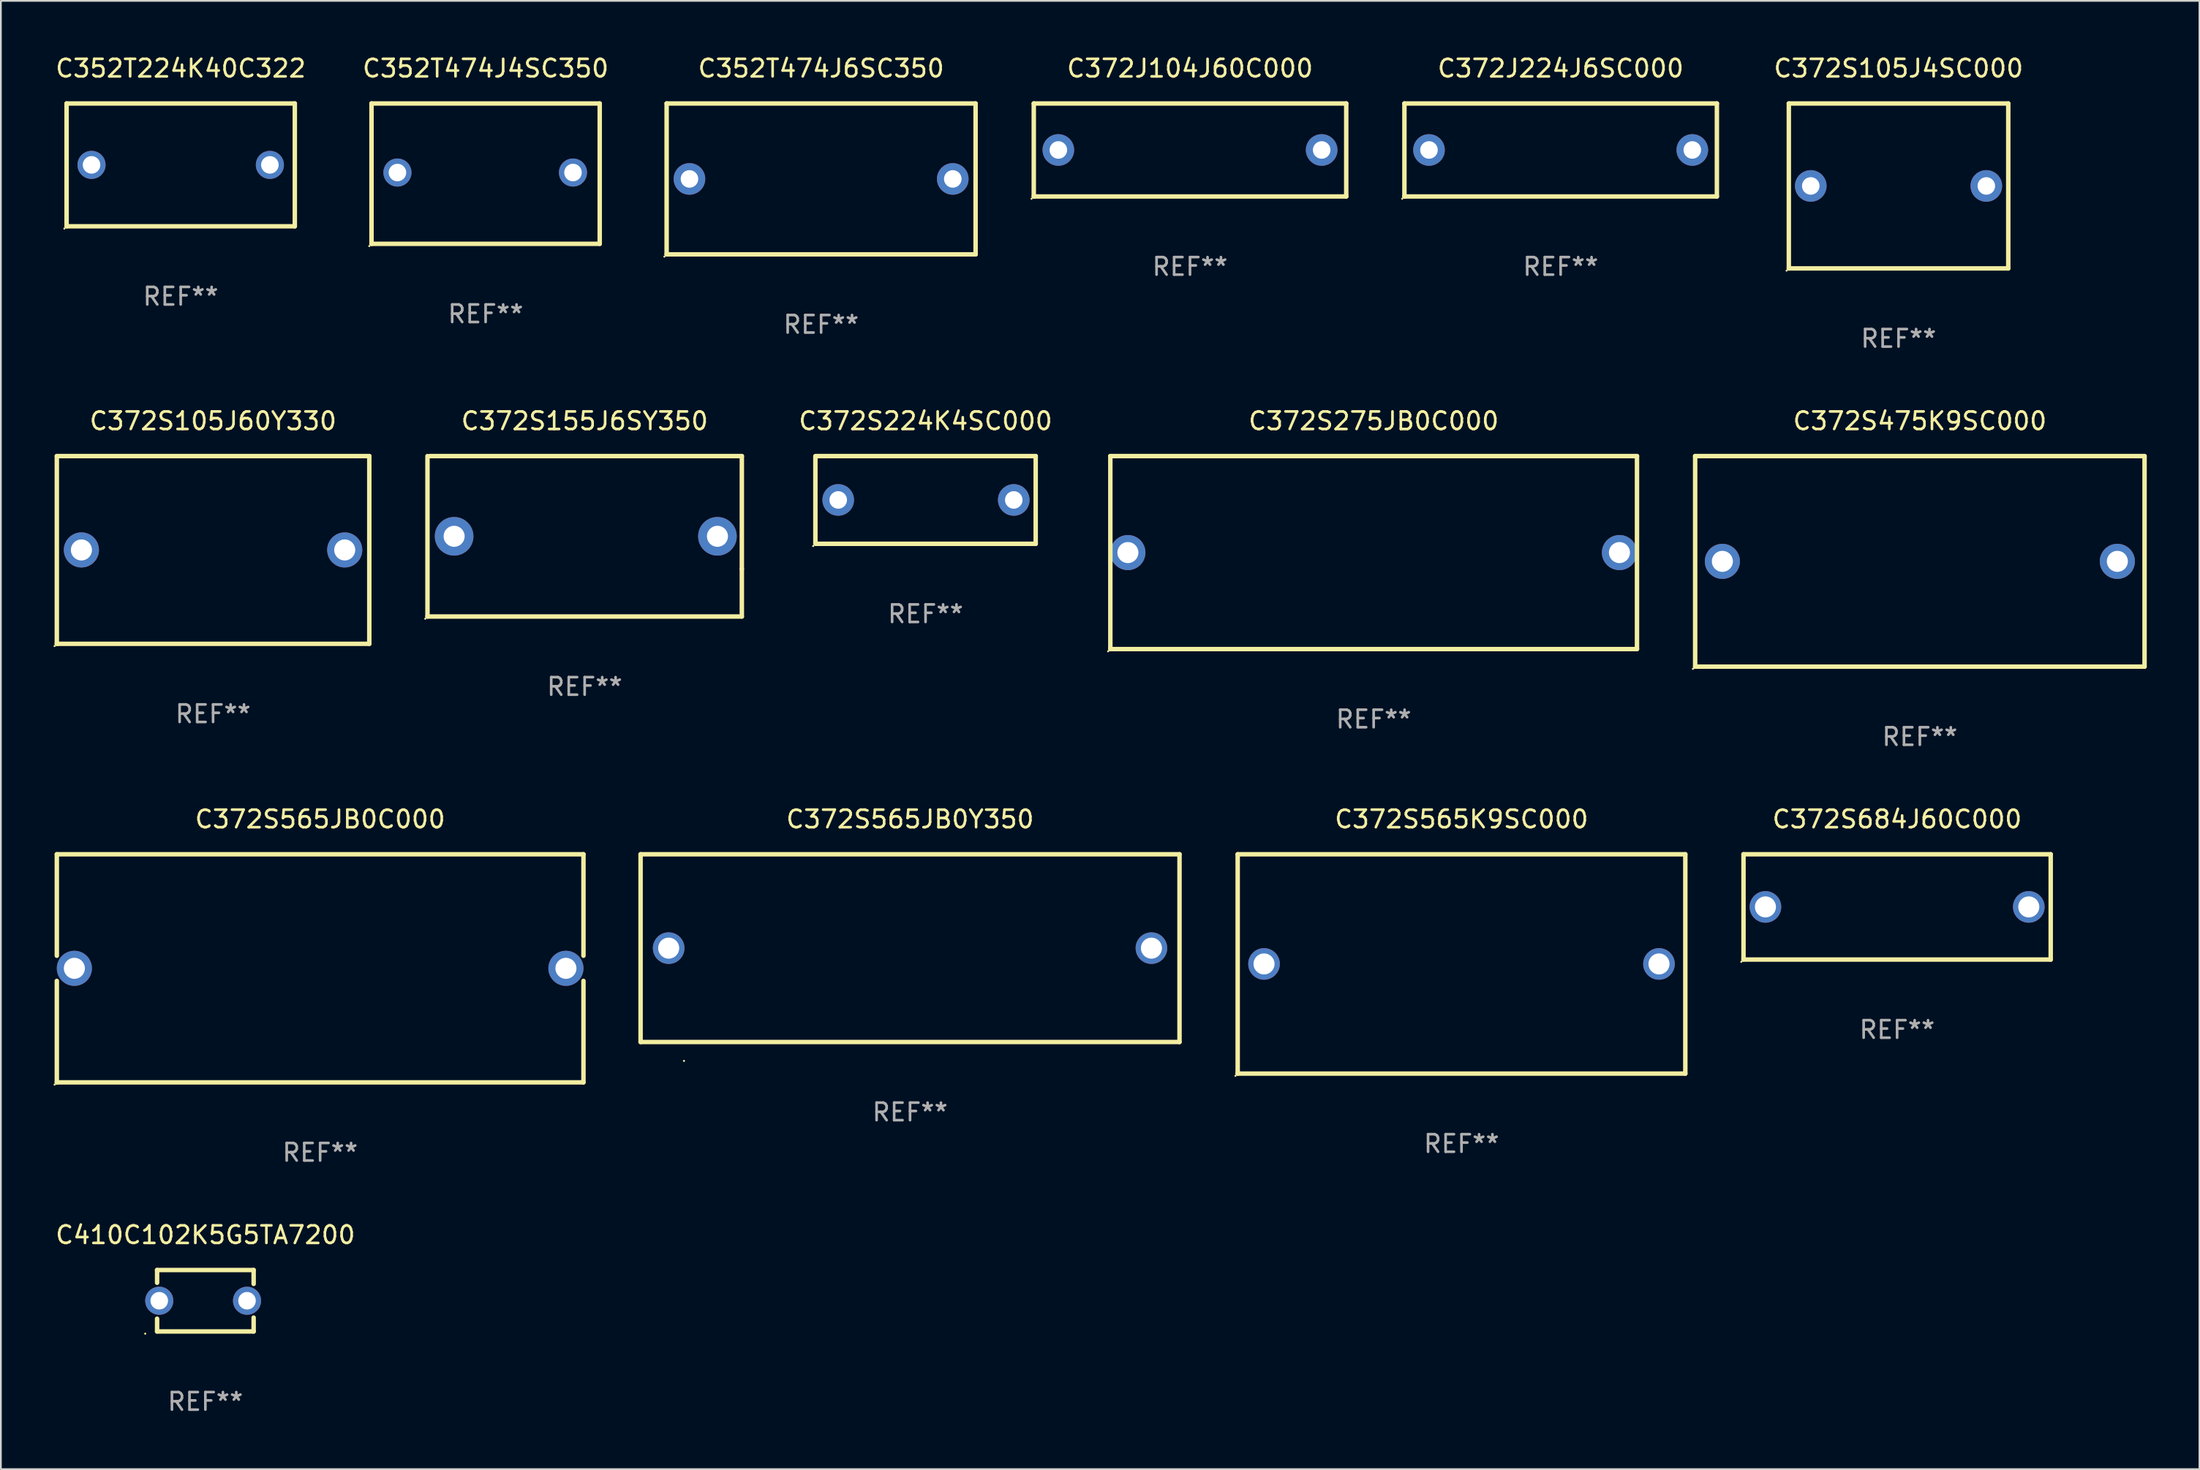
<source format=kicad_pcb>
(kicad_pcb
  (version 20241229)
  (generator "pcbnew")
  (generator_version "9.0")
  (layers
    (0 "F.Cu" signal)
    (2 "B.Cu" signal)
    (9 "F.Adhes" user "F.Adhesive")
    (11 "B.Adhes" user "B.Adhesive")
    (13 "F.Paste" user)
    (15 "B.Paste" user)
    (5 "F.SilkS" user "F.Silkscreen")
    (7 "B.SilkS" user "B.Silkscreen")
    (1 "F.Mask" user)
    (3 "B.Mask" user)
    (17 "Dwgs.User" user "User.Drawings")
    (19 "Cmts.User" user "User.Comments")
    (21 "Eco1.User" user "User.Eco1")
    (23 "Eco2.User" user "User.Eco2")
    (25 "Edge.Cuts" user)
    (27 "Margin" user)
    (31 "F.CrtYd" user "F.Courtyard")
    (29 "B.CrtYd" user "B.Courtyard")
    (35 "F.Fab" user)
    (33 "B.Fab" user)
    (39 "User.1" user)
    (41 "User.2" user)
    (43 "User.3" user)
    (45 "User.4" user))
  (footprint "C372S105J4SC000"
    (layer "F.Cu")
    (at 105.101 7.548)
    (property "Reference" "C372S105J4SC000" (at 0 -6.7 0) (layer "F.SilkS") (effects (font (size 1 1) (thickness 0.15))))
    (attr through_hole)
    (fp_line (start -6.25 -4.7) (end -6.25 4.7) (stroke (width 0.254) (type solid)) (layer "F.SilkS"))
    (fp_line (start -6.25 -4.7) (end 6.25 -4.7) (stroke (width 0.254) (type solid)) (layer "F.SilkS"))
    (fp_line (start -6.25 4.7) (end 6.25 4.7) (stroke (width 0.254) (type solid)) (layer "F.SilkS"))
    (fp_line (start 6.25 -4.7) (end 6.25 4.7) (stroke (width 0.254) (type solid)) (layer "F.SilkS"))
    (fp_circle (center -6.377 4.827) (end -6.347 4.827) (stroke (width 0.06) (type solid)) (fill no) (layer "F.SilkS"))
    (fp_text user "REF**" (at 0 8.7 0) (layer "F.Fab") (effects (font (size 1 1) (thickness 0.15))))
    (pad "1" thru_hole circle (at -5 0) (size 1.8 1.8) (drill 1) (layers "*.Cu" "*.Mask"))
    (pad "2" thru_hole circle (at 5 0) (size 1.8 1.8) (drill 1) (layers "*.Cu" "*.Mask")))
  (footprint "C372J224J6SC000"
    (layer "F.Cu")
    (at 85.853 5.498)
    (property "Reference" "C372J224J6SC000" (at 0 -4.65 0) (layer "F.SilkS") (effects (font (size 1 1) (thickness 0.15))))
    (attr through_hole)
    (fp_line (start -8.9 -2.65) (end -8.9 2.65) (stroke (width 0.254) (type solid)) (layer "F.SilkS"))
    (fp_line (start -8.9 -2.65) (end 8.9 -2.65) (stroke (width 0.254) (type solid)) (layer "F.SilkS"))
    (fp_line (start -8.9 2.65) (end 8.9 2.65) (stroke (width 0.254) (type solid)) (layer "F.SilkS"))
    (fp_line (start 8.9 -2.65) (end 8.9 2.65) (stroke (width 0.254) (type solid)) (layer "F.SilkS"))
    (fp_circle (center -9.027 2.777) (end -8.997 2.777) (stroke (width 0.06) (type solid)) (fill no) (layer "F.SilkS"))
    (fp_text user "REF**" (at 0 6.65 0) (layer "F.Fab") (effects (font (size 1 1) (thickness 0.15))))
    (pad "1" thru_hole circle (at -7.5 0) (size 1.8 1.8) (drill 1) (layers "*.Cu" "*.Mask"))
    (pad "2" thru_hole circle (at 7.5 0) (size 1.8 1.8) (drill 1) (layers "*.Cu" "*.Mask")))
  (footprint "C352T474J4SC350"
    (layer "F.Cu")
    (at 24.613 6.848)
    (property "Reference" "C352T474J4SC350" (at 0 -6 0) (layer "F.SilkS") (effects (font (size 1 1) (thickness 0.15))))
    (attr through_hole)
    (fp_line (start -6.5 -4) (end 6.5 -4) (stroke (width 0.254) (type solid)) (layer "F.SilkS"))
    (fp_line (start -6.5 4) (end -6.5 -4) (stroke (width 0.254) (type solid)) (layer "F.SilkS"))
    (fp_line (start -6.5 4) (end 6.5 4) (stroke (width 0.254) (type solid)) (layer "F.SilkS"))
    (fp_line (start 6.5 -4) (end 6.5 4) (stroke (width 0.254) (type solid)) (layer "F.SilkS"))
    (fp_circle (center -6.627 4.127) (end -6.597 4.127) (stroke (width 0.06) (type solid)) (fill no) (layer "F.SilkS"))
    (fp_text user "REF**" (at 0 8 0) (layer "F.Fab") (effects (font (size 1 1) (thickness 0.15))))
    (pad "1" thru_hole circle (at -5.023 -0.064) (size 1.6 1.6) (drill 1) (layers "*.Cu" "*.Mask"))
    (pad "2" thru_hole circle (at 4.977 -0.064) (size 1.6 1.6) (drill 1) (layers "*.Cu" "*.Mask")))
  (footprint "C372S224K4SC000"
    (layer "F.Cu")
    (at 49.674 25.445)
    (property "Reference" "C372S224K4SC000" (at 0 -4.5 0) (layer "F.SilkS") (effects (font (size 1 1) (thickness 0.15))))
    (attr through_hole)
    (fp_line (start -6.275 -2.5) (end -6.275 2.5) (stroke (width 0.254) (type solid)) (layer "F.SilkS"))
    (fp_line (start -6.225 -2.5) (end 6.275 -2.5) (stroke (width 0.254) (type solid)) (layer "F.SilkS"))
    (fp_line (start -6.225 2.5) (end 6.275 2.5) (stroke (width 0.254) (type solid)) (layer "F.SilkS"))
    (fp_line (start 6.275 -2.5) (end 6.275 2.5) (stroke (width 0.254) (type solid)) (layer "F.SilkS"))
    (fp_circle (center -6.402 2.627) (end -6.372 2.627) (stroke (width 0.06) (type solid)) (fill no) (layer "F.SilkS"))
    (fp_text user "REF**" (at 0 6.5 0) (layer "F.Fab") (effects (font (size 1 1) (thickness 0.15))))
    (pad "1" thru_hole circle (at -4.975 0) (size 1.8 1.8) (drill 1) (layers "*.Cu" "*.Mask"))
    (pad "2" thru_hole circle (at 5.025 0) (size 1.8 1.8) (drill 1) (layers "*.Cu" "*.Mask")))
  (footprint "C352T474J6SC350"
    (layer "F.Cu")
    (at 43.725 7.148)
    (property "Reference" "C352T474J6SC350" (at 0 -6.3 0) (layer "F.SilkS") (effects (font (size 1 1) (thickness 0.15))))
    (attr through_hole)
    (fp_line (start -8.8 -4.3) (end -8.8 4.3) (stroke (width 0.254) (type solid)) (layer "F.SilkS"))
    (fp_line (start -8.8 -4.3) (end 8.8 -4.3) (stroke (width 0.254) (type solid)) (layer "F.SilkS"))
    (fp_line (start -8.8 4.3) (end 8.8 4.3) (stroke (width 0.254) (type solid)) (layer "F.SilkS"))
    (fp_line (start 8.8 -4.3) (end 8.8 4.3) (stroke (width 0.254) (type solid)) (layer "F.SilkS"))
    (fp_circle (center -8.927 4.427) (end -8.897 4.427) (stroke (width 0.06) (type solid)) (fill no) (layer "F.SilkS"))
    (fp_text user "REF**" (at 0 8.3 0) (layer "F.Fab") (effects (font (size 1 1) (thickness 0.15))))
    (pad "1" thru_hole circle (at -7.5 0) (size 1.8 1.8) (drill 1) (layers "*.Cu" "*.Mask"))
    (pad "2" thru_hole circle (at 7.5 0) (size 1.8 1.8) (drill 1) (layers "*.Cu" "*.Mask")))
  (footprint "C372S565JB0Y350"
    (layer "F.Cu")
    (at 48.791 50.991)
    (property "Reference" "C372S565JB0Y350" (at 0 -7.35 0) (layer "F.SilkS") (effects (font (size 1 1) (thickness 0.15))))
    (attr through_hole)
    (fp_line (start -15.35 -5.35) (end 15.35 -5.35) (stroke (width 0.254) (type solid)) (layer "F.SilkS"))
    (fp_line (start -15.35 5.35) (end -15.35 -5.35) (stroke (width 0.254) (type solid)) (layer "F.SilkS"))
    (fp_line (start -15.35 5.35) (end 15.35 5.35) (stroke (width 0.254) (type solid)) (layer "F.SilkS"))
    (fp_line (start 15.35 5.35) (end 15.35 -5.35) (stroke (width 0.254) (type solid)) (layer "F.SilkS"))
    (fp_circle (center -12.877 6.427) (end -12.847 6.427) (stroke (width 0.06) (type solid)) (fill no) (layer "F.SilkS"))
    (fp_text user "REF**" (at 0 9.35 0) (layer "F.Fab") (effects (font (size 1 1) (thickness 0.15))))
    (pad "1" thru_hole circle (at -13.75 0.000013) (size 1.8 1.8) (drill 1.2) (layers "*.Cu" "*.Mask"))
    (pad "2" thru_hole circle (at 13.75 0.000013) (size 1.8 1.8) (drill 1.2) (layers "*.Cu" "*.Mask")))
  (footprint "C372S275JB0C000"
    (layer "F.Cu")
    (at 75.201 28.445)
    (property "Reference" "C372S275JB0C000" (at 0 -7.5 0) (layer "F.SilkS") (effects (font (size 1 1) (thickness 0.15))))
    (attr through_hole)
    (fp_line (start -15 -5.5) (end 15 -5.5) (stroke (width 0.254) (type solid)) (layer "F.SilkS"))
    (fp_line (start -15 5.5) (end -15 -5.5) (stroke (width 0.254) (type solid)) (layer "F.SilkS"))
    (fp_line (start 15 -5.5) (end 15 5.5) (stroke (width 0.254) (type solid)) (layer "F.SilkS"))
    (fp_line (start 15 5.5) (end -15 5.5) (stroke (width 0.254) (type solid)) (layer "F.SilkS"))
    (fp_circle (center -15.127 5.627) (end -15.097 5.627) (stroke (width 0.06) (type solid)) (fill no) (layer "F.SilkS"))
    (fp_text user "REF**" (at 0 9.5 0) (layer "F.Fab") (effects (font (size 1 1) (thickness 0.15))))
    (pad "1" thru_hole circle (at -14.001 0) (size 2 2) (drill 1.2) (layers "*.Cu" "*.Mask"))
    (pad "2" thru_hole circle (at 14.001 0) (size 2 2) (drill 1.2) (layers "*.Cu" "*.Mask")))
  (footprint "C372S565JB0C000"
    (layer "F.Cu")
    (at 15.187 52.141)
    (property "Reference" "C372S565JB0C000" (at 0 -8.5 0) (layer "F.SilkS") (effects (font (size 1 1) (thickness 0.15))))
    (attr through_hole)
    (fp_line (start -15 -6.5) (end -15 -0.717) (stroke (width 0.254) (type solid)) (layer "F.SilkS"))
    (fp_line (start -15 -6.5) (end 15 -6.5) (stroke (width 0.254) (type solid)) (layer "F.SilkS"))
    (fp_line (start -15 0.717) (end -15 6.5) (stroke (width 0.254) (type solid)) (layer "F.SilkS"))
    (fp_line (start 15 -6.5) (end 15 -0.717) (stroke (width 0.254) (type solid)) (layer "F.SilkS"))
    (fp_line (start 15 0.717) (end 15 6.5) (stroke (width 0.254) (type solid)) (layer "F.SilkS"))
    (fp_line (start 15 6.5) (end -15 6.5) (stroke (width 0.254) (type solid)) (layer "F.SilkS"))
    (fp_circle (center -15.127 6.627) (end -15.097 6.627) (stroke (width 0.06) (type solid)) (fill no) (layer "F.SilkS"))
    (fp_text user "REF**" (at 0 10.5 0) (layer "F.Fab") (effects (font (size 1 1) (thickness 0.15))))
    (pad "1" thru_hole circle (at -14.001 0) (size 2 2) (drill 1.2) (layers "*.Cu" "*.Mask"))
    (pad "2" thru_hole circle (at 14.001 0) (size 2 2) (drill 1.2) (layers "*.Cu" "*.Mask")))
  (footprint "C372S105J60Y330"
    (layer "F.Cu")
    (at 9.087 28.295)
    (property "Reference" "C372S105J60Y330" (at 0 -7.35 0) (layer "F.SilkS") (effects (font (size 1 1) (thickness 0.15))))
    (attr through_hole)
    (fp_line (start -8.9 -5.35) (end -8.9 5.35) (stroke (width 0.254) (type solid)) (layer "F.SilkS"))
    (fp_line (start -8.9 -5.35) (end 8.9 -5.35) (stroke (width 0.254) (type solid)) (layer "F.SilkS"))
    (fp_line (start 8.9 -5.35) (end 8.9 5.35) (stroke (width 0.254) (type solid)) (layer "F.SilkS"))
    (fp_line (start 8.9 5.35) (end -8.9 5.35) (stroke (width 0.254) (type solid)) (layer "F.SilkS"))
    (fp_circle (center -9.027 5.477) (end -8.997 5.477) (stroke (width 0.06) (type solid)) (fill no) (layer "F.SilkS"))
    (fp_text user "REF**" (at 0 9.35 0) (layer "F.Fab") (effects (font (size 1 1) (thickness 0.15))))
    (pad "1" thru_hole circle (at -7.5 0) (size 2 2) (drill 1.2) (layers "*.Cu" "*.Mask"))
    (pad "2" thru_hole circle (at 7.5 0) (size 2 2) (drill 1.2) (layers "*.Cu" "*.Mask")))
  (footprint "C410C102K5G5TA7200"
    (layer "F.Cu")
    (at 8.649 71.088)
    (property "Reference" "C410C102K5G5TA7200" (at 0 -3.75 0) (layer "F.SilkS") (effects (font (size 1 1) (thickness 0.15))))
    (attr through_hole)
    (fp_line (start -2.75 -1.75) (end -2.75 -1.024) (stroke (width 0.254) (type solid)) (layer "F.SilkS"))
    (fp_line (start -2.75 -1.75) (end 2.75 -1.75) (stroke (width 0.254) (type solid)) (layer "F.SilkS"))
    (fp_line (start -2.75 1.024) (end -2.75 1.75) (stroke (width 0.254) (type solid)) (layer "F.SilkS"))
    (fp_line (start 2.75 -1.75) (end 2.75 -0.96) (stroke (width 0.254) (type solid)) (layer "F.SilkS"))
    (fp_line (start 2.75 0.96) (end 2.75 1.75) (stroke (width 0.254) (type solid)) (layer "F.SilkS"))
    (fp_line (start 2.75 1.75) (end -2.75 1.75) (stroke (width 0.254) (type solid)) (layer "F.SilkS"))
    (fp_circle (center -3.427 1.877) (end -3.397 1.877) (stroke (width 0.06) (type solid)) (fill no) (layer "F.SilkS"))
    (fp_text user "REF**" (at 0 5.75 0) (layer "F.Fab") (effects (font (size 1 1) (thickness 0.15))))
    (pad "1" thru_hole circle (at -2.627 0) (size 1.6 1.6) (drill 1) (layers "*.Cu" "*.Mask"))
    (pad "2" thru_hole circle (at 2.373 0) (size 1.6 1.6) (drill 1) (layers "*.Cu" "*.Mask")))
  (footprint "C372S155J6SY350"
    (layer "F.Cu")
    (at 30.255 27.517)
    (property "Reference" "C372S155J6SY350" (at 0 -6.572 0) (layer "F.SilkS") (effects (font (size 1 1) (thickness 0.15))))
    (attr through_hole)
    (fp_line (start -8.954 4.572) (end -8.954 -4.572) (stroke (width 0.254) (type solid)) (layer "F.SilkS"))
    (fp_line (start -8.827 -4.572) (end 8.954 -4.572) (stroke (width 0.254) (type solid)) (layer "F.SilkS"))
    (fp_line (start 8.954 -4.572) (end 8.954 1.859) (stroke (width 0.254) (type solid)) (layer "F.SilkS"))
    (fp_line (start 8.954 1.859) (end 8.954 4.572) (stroke (width 0.254) (type solid)) (layer "F.SilkS"))
    (fp_line (start 8.954 4.572) (end -8.954 4.572) (stroke (width 0.254) (type solid)) (layer "F.SilkS"))
    (fp_circle (center -9.081 4.699) (end -9.051 4.699) (stroke (width 0.06) (type solid)) (fill no) (layer "F.SilkS"))
    (fp_text user "REF**" (at 0 8.572 0) (layer "F.Fab") (effects (font (size 1 1) (thickness 0.15))))
    (pad "1" thru_hole circle (at -7.436 0) (size 2.2 2.2) (drill 1.2) (layers "*.Cu" "*.Mask"))
    (pad "2" thru_hole circle (at 7.564 0) (size 2.2 2.2) (drill 1.2) (layers "*.Cu" "*.Mask")))
  (footprint "C352T224K40C322"
    (layer "F.Cu")
    (at 7.244 6.348)
    (property "Reference" "C352T224K40C322" (at 0 -5.5 0) (layer "F.SilkS") (effects (font (size 1 1) (thickness 0.15))))
    (attr through_hole)
    (fp_line (start -6.5 -3.5) (end 6.5 -3.5) (stroke (width 0.254) (type solid)) (layer "F.SilkS"))
    (fp_line (start -6.5 3.5) (end -6.5 -3.5) (stroke (width 0.254) (type solid)) (layer "F.SilkS"))
    (fp_line (start 6.5 -3.5) (end 6.5 3.5) (stroke (width 0.254) (type solid)) (layer "F.SilkS"))
    (fp_line (start 6.5 3.5) (end -6.5 3.5) (stroke (width 0.254) (type solid)) (layer "F.SilkS"))
    (fp_circle (center -6.627 3.627) (end -6.597 3.627) (stroke (width 0.06) (type solid)) (fill no) (layer "F.SilkS"))
    (fp_text user "REF**" (at 0 7.5 0) (layer "F.Fab") (effects (font (size 1 1) (thickness 0.15))))
    (pad "1" thru_hole circle (at -5.08 -0.000127) (size 1.6 1.6) (drill 1) (layers "*.Cu" "*.Mask"))
    (pad "2" thru_hole circle (at 5.08 -0.000127) (size 1.6 1.6) (drill 1) (layers "*.Cu" "*.Mask")))
  (footprint "C372S684J60C000"
    (layer "F.Cu")
    (at 105.019 48.641)
    (property "Reference" "C372S684J60C000" (at 0 -5 0) (layer "F.SilkS") (effects (font (size 1 1) (thickness 0.15))))
    (attr through_hole)
    (fp_line (start -8.75 -3) (end 8.75 -3) (stroke (width 0.254) (type solid)) (layer "F.SilkS"))
    (fp_line (start -8.75 3) (end -8.75 -3) (stroke (width 0.254) (type solid)) (layer "F.SilkS"))
    (fp_line (start 8.75 -3) (end 8.75 3) (stroke (width 0.254) (type solid)) (layer "F.SilkS"))
    (fp_line (start 8.75 3) (end -8.75 3) (stroke (width 0.254) (type solid)) (layer "F.SilkS"))
    (fp_circle (center -8.877 3.127) (end -8.847 3.127) (stroke (width 0.06) (type solid)) (fill no) (layer "F.SilkS"))
    (fp_text user "REF**" (at 0 7 0) (layer "F.Fab") (effects (font (size 1 1) (thickness 0.15))))
    (pad "1" thru_hole circle (at -7.501 0) (size 1.8 1.8) (drill 1.2) (layers "*.Cu" "*.Mask"))
    (pad "2" thru_hole circle (at 7.501 0) (size 1.8 1.8) (drill 1.2) (layers "*.Cu" "*.Mask")))
  (footprint "C372S475K9SC000"
    (layer "F.Cu")
    (at 106.315 28.945)
    (property "Reference" "C372S475K9SC000" (at 0 -8 0) (layer "F.SilkS") (effects (font (size 1 1) (thickness 0.15))))
    (attr through_hole)
    (fp_line (start -12.8 -6) (end 12.8 -6) (stroke (width 0.254) (type solid)) (layer "F.SilkS"))
    (fp_line (start -12.8 6) (end -12.8 -6) (stroke (width 0.254) (type solid)) (layer "F.SilkS"))
    (fp_line (start -12.8 6) (end 12.8 6) (stroke (width 0.254) (type solid)) (layer "F.SilkS"))
    (fp_line (start 12.8 -6) (end 12.8 6) (stroke (width 0.254) (type solid)) (layer "F.SilkS"))
    (fp_circle (center -12.927 6.127) (end -12.897 6.127) (stroke (width 0.06) (type solid)) (fill no) (layer "F.SilkS"))
    (fp_text user "REF**" (at 0 10 0) (layer "F.Fab") (effects (font (size 1 1) (thickness 0.15))))
    (pad "1" thru_hole circle (at -11.25 0) (size 2 2) (drill 1.2) (layers "*.Cu" "*.Mask"))
    (pad "2" thru_hole circle (at 11.25 0) (size 2 2) (drill 1.2) (layers "*.Cu" "*.Mask")))
  (footprint "C372J104J60C000"
    (layer "F.Cu")
    (at 64.739 5.498)
    (property "Reference" "C372J104J60C000" (at 0 -4.65 0) (layer "F.SilkS") (effects (font (size 1 1) (thickness 0.15))))
    (attr through_hole)
    (fp_line (start -8.9 -2.65) (end -8.9 2.65) (stroke (width 0.254) (type solid)) (layer "F.SilkS"))
    (fp_line (start -8.9 -2.65) (end 8.9 -2.65) (stroke (width 0.254) (type solid)) (layer "F.SilkS"))
    (fp_line (start -8.9 2.65) (end 8.9 2.65) (stroke (width 0.254) (type solid)) (layer "F.SilkS"))
    (fp_line (start 8.9 -2.65) (end 8.9 2.65) (stroke (width 0.254) (type solid)) (layer "F.SilkS"))
    (fp_circle (center -9.027 2.777) (end -8.997 2.777) (stroke (width 0.06) (type solid)) (fill no) (layer "F.SilkS"))
    (fp_text user "REF**" (at 0 6.65 0) (layer "F.Fab") (effects (font (size 1 1) (thickness 0.15))))
    (pad "1" thru_hole circle (at -7.5 0) (size 1.8 1.8) (drill 1) (layers "*.Cu" "*.Mask"))
    (pad "2" thru_hole circle (at 7.5 0) (size 1.8 1.8) (drill 1) (layers "*.Cu" "*.Mask")))
  (footprint "C372S565K9SC000"
    (layer "F.Cu")
    (at 80.205 51.891)
    (property "Reference" "C372S565K9SC000" (at 0 -8.25 0) (layer "F.SilkS") (effects (font (size 1 1) (thickness 0.15))))
    (attr through_hole)
    (fp_line (start -12.75 -6.25) (end 12.75 -6.25) (stroke (width 0.254) (type solid)) (layer "F.SilkS"))
    (fp_line (start -12.75 6.25) (end -12.75 -6.25) (stroke (width 0.254) (type solid)) (layer "F.SilkS"))
    (fp_line (start 12.75 -6.25) (end 12.75 6.25) (stroke (width 0.254) (type solid)) (layer "F.SilkS"))
    (fp_line (start 12.75 6.25) (end -12.75 6.25) (stroke (width 0.254) (type solid)) (layer "F.SilkS"))
    (fp_circle (center -12.877 6.377) (end -12.847 6.377) (stroke (width 0.06) (type solid)) (fill no) (layer "F.SilkS"))
    (fp_text user "REF**" (at 0 10.25 0) (layer "F.Fab") (effects (font (size 1 1) (thickness 0.15))))
    (pad "1" thru_hole circle (at -11.25 0) (size 1.8 1.8) (drill 1.2) (layers "*.Cu" "*.Mask"))
    (pad "2" thru_hole circle (at 11.25 0) (size 1.8 1.8) (drill 1.2) (layers "*.Cu" "*.Mask")))
  (gr_rect
    (start -3 -3)
    (end 122.242 80.686)
    (stroke (width 0.1) (type default))
    (fill no)
    (layer "Edge.Cuts")))
</source>
